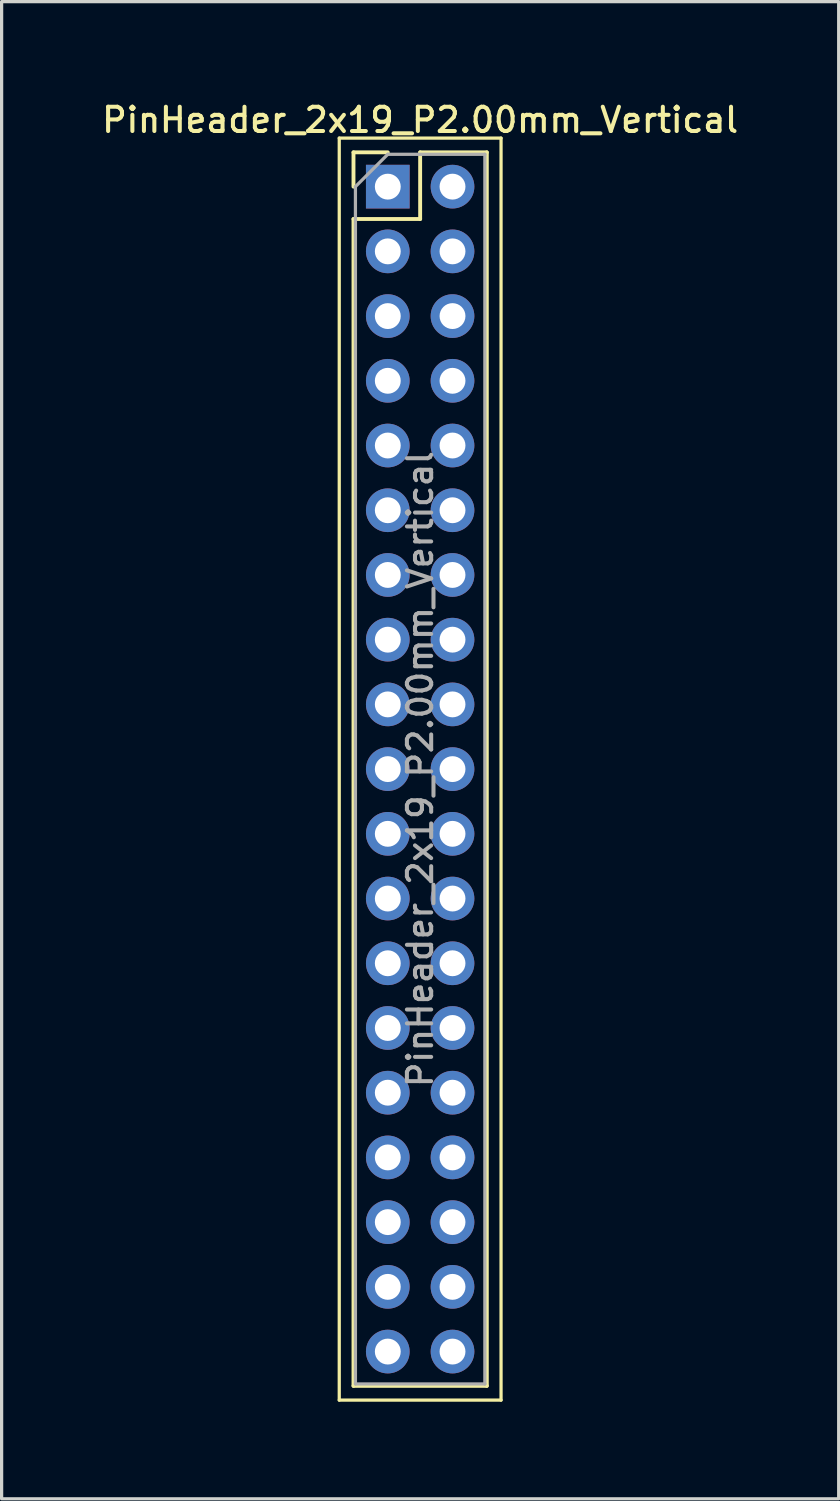
<source format=kicad_pcb>
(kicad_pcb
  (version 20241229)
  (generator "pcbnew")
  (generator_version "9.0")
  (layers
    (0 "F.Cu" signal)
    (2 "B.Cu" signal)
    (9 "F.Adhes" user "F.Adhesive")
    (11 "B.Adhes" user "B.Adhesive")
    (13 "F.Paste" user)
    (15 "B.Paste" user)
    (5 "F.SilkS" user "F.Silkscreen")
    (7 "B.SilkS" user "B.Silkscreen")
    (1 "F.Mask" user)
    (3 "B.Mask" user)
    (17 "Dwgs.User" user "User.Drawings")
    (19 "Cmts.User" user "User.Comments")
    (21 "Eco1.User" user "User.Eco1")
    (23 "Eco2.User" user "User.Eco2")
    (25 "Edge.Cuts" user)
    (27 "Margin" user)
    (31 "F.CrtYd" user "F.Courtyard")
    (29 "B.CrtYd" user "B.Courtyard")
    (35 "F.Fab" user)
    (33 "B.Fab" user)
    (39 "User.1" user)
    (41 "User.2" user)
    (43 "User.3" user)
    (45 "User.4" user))
  (footprint "PinHeader_2x19_P2.00mm_Vertical"
    (layer "F.Cu")
    (at 8.934 2.718)
    (property "Reference" "PinHeader_2x19_P2.00mm_Vertical" (at 1 -2.06 0) (layer "F.SilkS") (effects (font (size 0.75 0.75) (thickness 0.125))))
    (attr through_hole)
    (fp_line (start -1.5 -1.5) (end -1.5 37.5) (stroke (width 0.1) (type solid)) (layer "F.SilkS"))
    (fp_line (start -1.5 37.5) (end 3.5 37.5) (stroke (width 0.1) (type solid)) (layer "F.SilkS"))
    (fp_line (start -1.06 -1.06) (end 0 -1.06) (stroke (width 0.12) (type solid)) (layer "F.SilkS"))
    (fp_line (start -1.06 0) (end -1.06 -1.06) (stroke (width 0.12) (type solid)) (layer "F.SilkS"))
    (fp_line (start -1.06 1) (end -1.06 37.06) (stroke (width 0.12) (type solid)) (layer "F.SilkS"))
    (fp_line (start -1.06 1) (end 1 1) (stroke (width 0.12) (type solid)) (layer "F.SilkS"))
    (fp_line (start -1.06 37.06) (end 3.06 37.06) (stroke (width 0.12) (type solid)) (layer "F.SilkS"))
    (fp_line (start 1 -1.06) (end 3.06 -1.06) (stroke (width 0.12) (type solid)) (layer "F.SilkS"))
    (fp_line (start 1 1) (end 1 -1.06) (stroke (width 0.12) (type solid)) (layer "F.SilkS"))
    (fp_line (start 3.06 -1.06) (end 3.06 37.06) (stroke (width 0.12) (type solid)) (layer "F.SilkS"))
    (fp_line (start 3.5 -1.5) (end -1.5 -1.5) (stroke (width 0.1) (type solid)) (layer "F.SilkS"))
    (fp_line (start 3.5 37.5) (end 3.5 -1.5) (stroke (width 0.1) (type solid)) (layer "F.SilkS"))
    (fp_line (start -1 0) (end 0 -1) (stroke (width 0.1) (type solid)) (layer "F.Fab"))
    (fp_line (start -1 37) (end -1 0) (stroke (width 0.1) (type solid)) (layer "F.Fab"))
    (fp_line (start 0 -1) (end 3 -1) (stroke (width 0.1) (type solid)) (layer "F.Fab"))
    (fp_line (start 3 -1) (end 3 37) (stroke (width 0.1) (type solid)) (layer "F.Fab"))
    (fp_line (start 3 37) (end -1 37) (stroke (width 0.1) (type solid)) (layer "F.Fab"))
    (fp_text user "${REFERENCE}" (at 1 18 90) (layer "F.Fab") (effects (font (size 0.75 0.75) (thickness 0.125))))
    (pad "1" thru_hole rect (at 0 0) (size 1.35 1.35) (drill 0.8) (layers "*.Cu" "*.Mask"))
    (pad "2" thru_hole oval (at 2 0) (size 1.35 1.35) (drill 0.8) (layers "*.Cu" "*.Mask"))
    (pad "3" thru_hole oval (at 0 2) (size 1.35 1.35) (drill 0.8) (layers "*.Cu" "*.Mask"))
    (pad "4" thru_hole oval (at 2 2) (size 1.35 1.35) (drill 0.8) (layers "*.Cu" "*.Mask"))
    (pad "5" thru_hole oval (at 0 4) (size 1.35 1.35) (drill 0.8) (layers "*.Cu" "*.Mask"))
    (pad "6" thru_hole oval (at 2 4) (size 1.35 1.35) (drill 0.8) (layers "*.Cu" "*.Mask"))
    (pad "7" thru_hole oval (at 0 6) (size 1.35 1.35) (drill 0.8) (layers "*.Cu" "*.Mask"))
    (pad "8" thru_hole oval (at 2 6) (size 1.35 1.35) (drill 0.8) (layers "*.Cu" "*.Mask"))
    (pad "9" thru_hole oval (at 0 8) (size 1.35 1.35) (drill 0.8) (layers "*.Cu" "*.Mask"))
    (pad "10" thru_hole oval (at 2 8) (size 1.35 1.35) (drill 0.8) (layers "*.Cu" "*.Mask"))
    (pad "11" thru_hole oval (at 0 10) (size 1.35 1.35) (drill 0.8) (layers "*.Cu" "*.Mask"))
    (pad "12" thru_hole oval (at 2 10) (size 1.35 1.35) (drill 0.8) (layers "*.Cu" "*.Mask"))
    (pad "13" thru_hole oval (at 0 12) (size 1.35 1.35) (drill 0.8) (layers "*.Cu" "*.Mask"))
    (pad "14" thru_hole oval (at 2 12) (size 1.35 1.35) (drill 0.8) (layers "*.Cu" "*.Mask"))
    (pad "15" thru_hole oval (at 0 14) (size 1.35 1.35) (drill 0.8) (layers "*.Cu" "*.Mask"))
    (pad "16" thru_hole oval (at 2 14) (size 1.35 1.35) (drill 0.8) (layers "*.Cu" "*.Mask"))
    (pad "17" thru_hole oval (at 0 16) (size 1.35 1.35) (drill 0.8) (layers "*.Cu" "*.Mask"))
    (pad "18" thru_hole oval (at 2 16) (size 1.35 1.35) (drill 0.8) (layers "*.Cu" "*.Mask"))
    (pad "19" thru_hole oval (at 0 18) (size 1.35 1.35) (drill 0.8) (layers "*.Cu" "*.Mask"))
    (pad "20" thru_hole oval (at 2 18) (size 1.35 1.35) (drill 0.8) (layers "*.Cu" "*.Mask"))
    (pad "21" thru_hole oval (at 0 20) (size 1.35 1.35) (drill 0.8) (layers "*.Cu" "*.Mask"))
    (pad "22" thru_hole oval (at 2 20) (size 1.35 1.35) (drill 0.8) (layers "*.Cu" "*.Mask"))
    (pad "23" thru_hole oval (at 0 22) (size 1.35 1.35) (drill 0.8) (layers "*.Cu" "*.Mask"))
    (pad "24" thru_hole oval (at 2 22) (size 1.35 1.35) (drill 0.8) (layers "*.Cu" "*.Mask"))
    (pad "25" thru_hole oval (at 0 24) (size 1.35 1.35) (drill 0.8) (layers "*.Cu" "*.Mask"))
    (pad "26" thru_hole oval (at 2 24) (size 1.35 1.35) (drill 0.8) (layers "*.Cu" "*.Mask"))
    (pad "27" thru_hole oval (at 0 26) (size 1.35 1.35) (drill 0.8) (layers "*.Cu" "*.Mask"))
    (pad "28" thru_hole oval (at 2 26) (size 1.35 1.35) (drill 0.8) (layers "*.Cu" "*.Mask"))
    (pad "29" thru_hole oval (at 0 28) (size 1.35 1.35) (drill 0.8) (layers "*.Cu" "*.Mask"))
    (pad "30" thru_hole oval (at 2 28) (size 1.35 1.35) (drill 0.8) (layers "*.Cu" "*.Mask"))
    (pad "31" thru_hole oval (at 0 30) (size 1.35 1.35) (drill 0.8) (layers "*.Cu" "*.Mask"))
    (pad "32" thru_hole oval (at 2 30) (size 1.35 1.35) (drill 0.8) (layers "*.Cu" "*.Mask"))
    (pad "33" thru_hole oval (at 0 32) (size 1.35 1.35) (drill 0.8) (layers "*.Cu" "*.Mask"))
    (pad "34" thru_hole oval (at 2 32) (size 1.35 1.35) (drill 0.8) (layers "*.Cu" "*.Mask"))
    (pad "35" thru_hole oval (at 0 34) (size 1.35 1.35) (drill 0.8) (layers "*.Cu" "*.Mask"))
    (pad "36" thru_hole oval (at 2 34) (size 1.35 1.35) (drill 0.8) (layers "*.Cu" "*.Mask"))
    (pad "37" thru_hole oval (at 0 36) (size 1.35 1.35) (drill 0.8) (layers "*.Cu" "*.Mask"))
    (pad "38" thru_hole oval (at 2 36) (size 1.35 1.35) (drill 0.8) (layers "*.Cu" "*.Mask")))
  (gr_rect
    (start -3 -3)
    (end 22.868 43.268)
    (stroke (width 0.1) (type default))
    (fill no)
    (layer "Edge.Cuts")))
</source>
